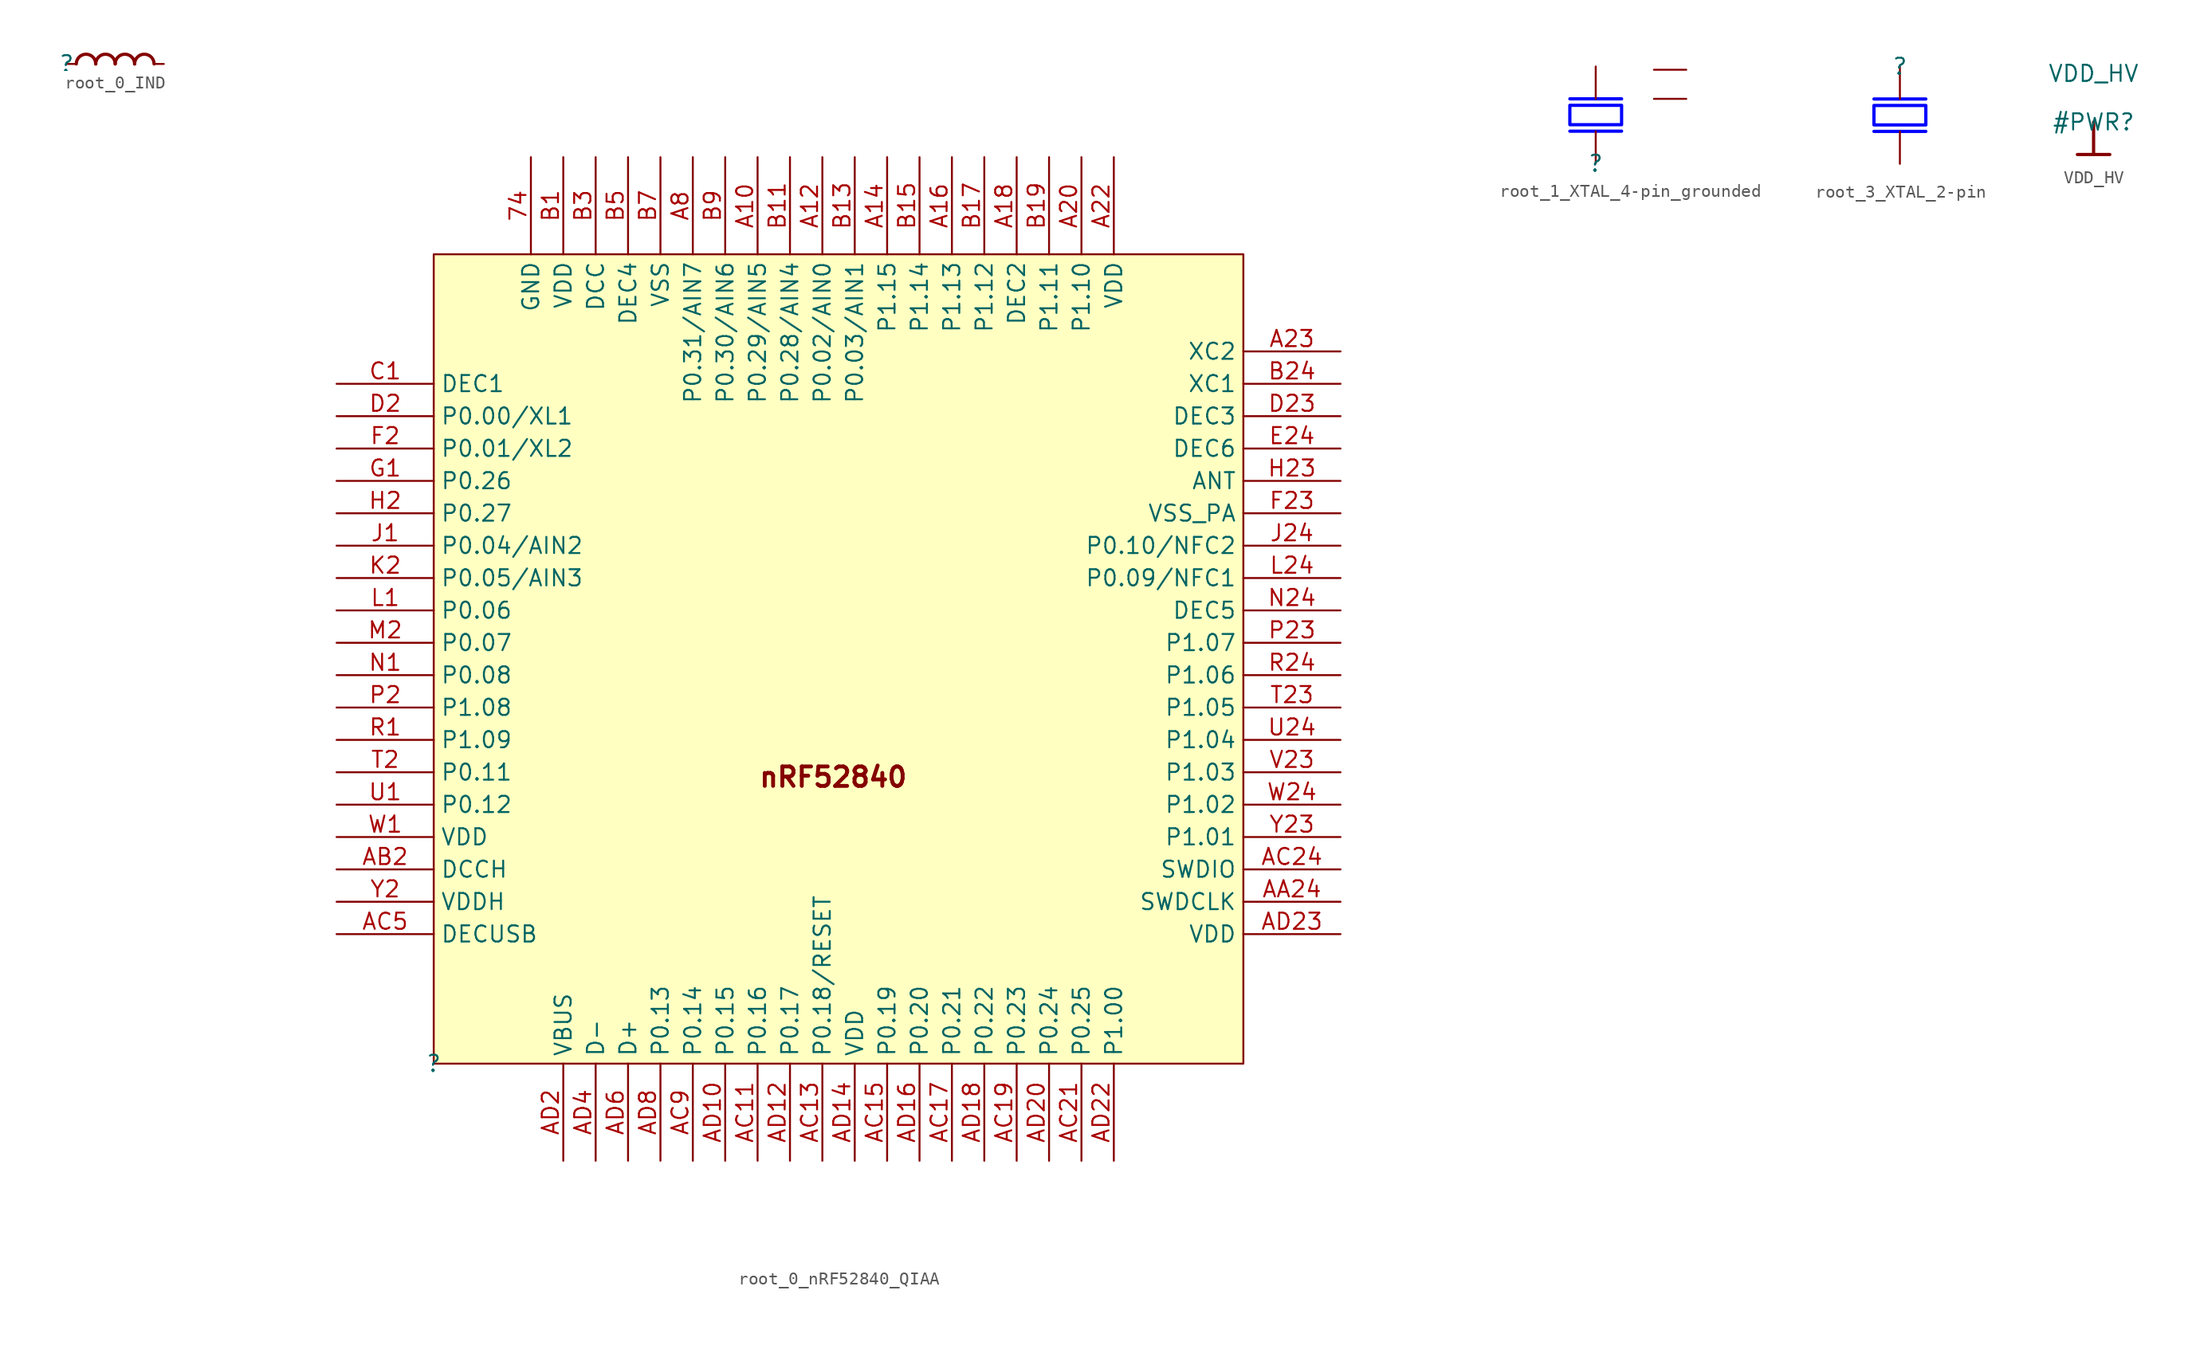
<source format=kicad_sym>
(kicad_symbol_lib
  (version 20220914)
  (generator kicad_symbol_editor)
  (symbol "root_0_IND"
    (property "Reference" ""
      (at 0 0 0)
      (effects (font (size 1.27 1.27))))
    (property "Value" ""
      (at 0 0 0)
      (effects (font (size 1.27 1.27))))
    (symbol "root_0_IND_1_0"
      (arc (start 2.286 0) (mid 1.524 0.762) (end 0.762 0) (stroke (width 0.254) (type solid)) (fill (type none)))
      (arc (start 3.81 0) (mid 3.048 0.762) (end 2.286 0) (stroke (width 0.254) (type solid)) (fill (type none)))
      (arc (start 5.334 0) (mid 4.572 0.762) (end 3.81 0) (stroke (width 0.254) (type solid)) (fill (type none)))
      (arc (start 6.858 0) (mid 6.096 0.762) (end 5.334 0) (stroke (width 0.254) (type solid)) (fill (type none)))
      (pin passive line (at 0 0 0) (length 0.762) (name "1" (effects (font (size 0 0)))) (number "1" (effects (font (size 0 0)))))
      (pin passive line (at 7.62 0 180) (length 0.762) (name "2" (effects (font (size 0 0)))) (number "2" (effects (font (size 0 0)))))))
  (symbol "root_0_nRF52840_QIAA"
    (property "Reference" ""
      (at 0 0 0)
      (effects (font (size 1.27 1.27))))
    (property "Value" ""
      (at 0 0 0)
      (effects (font (size 1.27 1.27))))
    (symbol "root_0_nRF52840_QIAA_1_0"
      (rectangle (start 63.5 63.5) (end 0 0) (stroke (width 0) (type solid)) (fill (type background)))
      (text "nRF52840" (at 25.4 21.59 0) (effects (font (size 1.524 1.524) bold) (justify left bottom)))
      (pin power_in line (at 7.62 71.12 270) (length 7.62) (name "GND" (effects (font (size 1.27 1.27)))) (number "74" (effects (font (size 1.27 1.27)))))
      (pin bidirectional line (at 25.4 71.12 270) (length 7.62) (name "P0.29/AIN5" (effects (font (size 1.27 1.27)))) (number "A10" (effects (font (size 1.27 1.27)))))
      (pin bidirectional line (at 30.48 71.12 270) (length 7.62) (name "P0.02/AIN0" (effects (font (size 1.27 1.27)))) (number "A12" (effects (font (size 1.27 1.27)))))
      (pin bidirectional line (at 35.56 71.12 270) (length 7.62) (name "P1.15" (effects (font (size 1.27 1.27)))) (number "A14" (effects (font (size 1.27 1.27)))))
      (pin bidirectional line (at 40.64 71.12 270) (length 7.62) (name "P1.13" (effects (font (size 1.27 1.27)))) (number "A16" (effects (font (size 1.27 1.27)))))
      (pin power_in line (at 45.72 71.12 270) (length 7.62) (name "DEC2" (effects (font (size 1.27 1.27)))) (number "A18" (effects (font (size 1.27 1.27)))))
      (pin bidirectional line (at 50.8 71.12 270) (length 7.62) (name "P1.10" (effects (font (size 1.27 1.27)))) (number "A20" (effects (font (size 1.27 1.27)))))
      (pin power_in line (at 53.34 71.12 270) (length 7.62) (name "VDD" (effects (font (size 1.27 1.27)))) (number "A22" (effects (font (size 1.27 1.27)))))
      (pin output line (at 71.12 55.88 180) (length 7.62) (name "XC2" (effects (font (size 1.27 1.27)))) (number "A23" (effects (font (size 1.27 1.27)))))
      (pin bidirectional line (at 20.32 71.12 270) (length 7.62) (name "P0.31/AIN7" (effects (font (size 1.27 1.27)))) (number "A8" (effects (font (size 1.27 1.27)))))
      (pin input line (at 71.12 12.7 180) (length 7.62) (name "SWDCLK" (effects (font (size 1.27 1.27)))) (number "AA24" (effects (font (size 1.27 1.27)))))
      (pin power_in line (at -7.62 15.24 0) (length 7.62) (name "DCCH" (effects (font (size 1.27 1.27)))) (number "AB2" (effects (font (size 1.27 1.27)))))
      (pin bidirectional line (at 25.4 -7.62 90) (length 7.62) (name "P0.16" (effects (font (size 1.27 1.27)))) (number "AC11" (effects (font (size 1.27 1.27)))))
      (pin bidirectional line (at 30.48 -7.62 90) (length 7.62) (name "P0.18/RESET" (effects (font (size 1.27 1.27)))) (number "AC13" (effects (font (size 1.27 1.27)))))
      (pin bidirectional line (at 35.56 -7.62 90) (length 7.62) (name "P0.19" (effects (font (size 1.27 1.27)))) (number "AC15" (effects (font (size 1.27 1.27)))))
      (pin bidirectional line (at 40.64 -7.62 90) (length 7.62) (name "P0.21" (effects (font (size 1.27 1.27)))) (number "AC17" (effects (font (size 1.27 1.27)))))
      (pin bidirectional line (at 45.72 -7.62 90) (length 7.62) (name "P0.23" (effects (font (size 1.27 1.27)))) (number "AC19" (effects (font (size 1.27 1.27)))))
      (pin bidirectional line (at 50.8 -7.62 90) (length 7.62) (name "P0.25" (effects (font (size 1.27 1.27)))) (number "AC21" (effects (font (size 1.27 1.27)))))
      (pin bidirectional line (at 71.12 15.24 180) (length 7.62) (name "SWDIO" (effects (font (size 1.27 1.27)))) (number "AC24" (effects (font (size 1.27 1.27)))))
      (pin power_in line (at -7.62 10.16 0) (length 7.62) (name "DECUSB" (effects (font (size 1.27 1.27)))) (number "AC5" (effects (font (size 1.27 1.27)))))
      (pin bidirectional line (at 20.32 -7.62 90) (length 7.62) (name "P0.14" (effects (font (size 1.27 1.27)))) (number "AC9" (effects (font (size 1.27 1.27)))))
      (pin bidirectional line (at 22.86 -7.62 90) (length 7.62) (name "P0.15" (effects (font (size 1.27 1.27)))) (number "AD10" (effects (font (size 1.27 1.27)))))
      (pin bidirectional line (at 27.94 -7.62 90) (length 7.62) (name "P0.17" (effects (font (size 1.27 1.27)))) (number "AD12" (effects (font (size 1.27 1.27)))))
      (pin power_in line (at 33.02 -7.62 90) (length 7.62) (name "VDD" (effects (font (size 1.27 1.27)))) (number "AD14" (effects (font (size 1.27 1.27)))))
      (pin bidirectional line (at 38.1 -7.62 90) (length 7.62) (name "P0.20" (effects (font (size 1.27 1.27)))) (number "AD16" (effects (font (size 1.27 1.27)))))
      (pin bidirectional line (at 43.18 -7.62 90) (length 7.62) (name "P0.22" (effects (font (size 1.27 1.27)))) (number "AD18" (effects (font (size 1.27 1.27)))))
      (pin power_in line (at 10.16 -7.62 90) (length 7.62) (name "VBUS" (effects (font (size 1.27 1.27)))) (number "AD2" (effects (font (size 1.27 1.27)))))
      (pin bidirectional line (at 48.26 -7.62 90) (length 7.62) (name "P0.24" (effects (font (size 1.27 1.27)))) (number "AD20" (effects (font (size 1.27 1.27)))))
      (pin bidirectional line (at 53.34 -7.62 90) (length 7.62) (name "P1.00" (effects (font (size 1.27 1.27)))) (number "AD22" (effects (font (size 1.27 1.27)))))
      (pin power_in line (at 71.12 10.16 180) (length 7.62) (name "VDD" (effects (font (size 1.27 1.27)))) (number "AD23" (effects (font (size 1.27 1.27)))))
      (pin bidirectional line (at 12.7 -7.62 90) (length 7.62) (name "D-" (effects (font (size 1.27 1.27)))) (number "AD4" (effects (font (size 1.27 1.27)))))
      (pin bidirectional line (at 15.24 -7.62 90) (length 7.62) (name "D+" (effects (font (size 1.27 1.27)))) (number "AD6" (effects (font (size 1.27 1.27)))))
      (pin bidirectional line (at 17.78 -7.62 90) (length 7.62) (name "P0.13" (effects (font (size 1.27 1.27)))) (number "AD8" (effects (font (size 1.27 1.27)))))
      (pin power_in line (at 10.16 71.12 270) (length 7.62) (name "VDD" (effects (font (size 1.27 1.27)))) (number "B1" (effects (font (size 1.27 1.27)))))
      (pin bidirectional line (at 27.94 71.12 270) (length 7.62) (name "P0.28/AIN4" (effects (font (size 1.27 1.27)))) (number "B11" (effects (font (size 1.27 1.27)))))
      (pin bidirectional line (at 33.02 71.12 270) (length 7.62) (name "P0.03/AIN1" (effects (font (size 1.27 1.27)))) (number "B13" (effects (font (size 1.27 1.27)))))
      (pin bidirectional line (at 38.1 71.12 270) (length 7.62) (name "P1.14" (effects (font (size 1.27 1.27)))) (number "B15" (effects (font (size 1.27 1.27)))))
      (pin bidirectional line (at 43.18 71.12 270) (length 7.62) (name "P1.12" (effects (font (size 1.27 1.27)))) (number "B17" (effects (font (size 1.27 1.27)))))
      (pin bidirectional line (at 48.26 71.12 270) (length 7.62) (name "P1.11" (effects (font (size 1.27 1.27)))) (number "B19" (effects (font (size 1.27 1.27)))))
      (pin input line (at 71.12 53.34 180) (length 7.62) (name "XC1" (effects (font (size 1.27 1.27)))) (number "B24" (effects (font (size 1.27 1.27)))))
      (pin output line (at 12.7 71.12 270) (length 7.62) (name "DCC" (effects (font (size 1.27 1.27)))) (number "B3" (effects (font (size 1.27 1.27)))))
      (pin power_in line (at 15.24 71.12 270) (length 7.62) (name "DEC4" (effects (font (size 1.27 1.27)))) (number "B5" (effects (font (size 1.27 1.27)))))
      (pin power_in line (at 17.78 71.12 270) (length 7.62) (name "VSS" (effects (font (size 1.27 1.27)))) (number "B7" (effects (font (size 1.27 1.27)))))
      (pin bidirectional line (at 22.86 71.12 270) (length 7.62) (name "P0.30/AIN6" (effects (font (size 1.27 1.27)))) (number "B9" (effects (font (size 1.27 1.27)))))
      (pin power_in line (at -7.62 53.34 0) (length 7.62) (name "DEC1" (effects (font (size 1.27 1.27)))) (number "C1" (effects (font (size 1.27 1.27)))))
      (pin bidirectional line (at -7.62 50.8 0) (length 7.62) (name "P0.00/XL1" (effects (font (size 1.27 1.27)))) (number "D2" (effects (font (size 1.27 1.27)))))
      (pin power_in line (at 71.12 50.8 180) (length 7.62) (name "DEC3" (effects (font (size 1.27 1.27)))) (number "D23" (effects (font (size 1.27 1.27)))))
      (pin power_in line (at 71.12 48.26 180) (length 7.62) (name "DEC6" (effects (font (size 1.27 1.27)))) (number "E24" (effects (font (size 1.27 1.27)))))
      (pin bidirectional line (at -7.62 48.26 0) (length 7.62) (name "P0.01/XL2" (effects (font (size 1.27 1.27)))) (number "F2" (effects (font (size 1.27 1.27)))))
      (pin power_in line (at 71.12 43.18 180) (length 7.62) (name "VSS_PA" (effects (font (size 1.27 1.27)))) (number "F23" (effects (font (size 1.27 1.27)))))
      (pin bidirectional line (at -7.62 45.72 0) (length 7.62) (name "P0.26" (effects (font (size 1.27 1.27)))) (number "G1" (effects (font (size 1.27 1.27)))))
      (pin bidirectional line (at -7.62 43.18 0) (length 7.62) (name "P0.27" (effects (font (size 1.27 1.27)))) (number "H2" (effects (font (size 1.27 1.27)))))
      (pin bidirectional line (at 71.12 45.72 180) (length 7.62) (name "ANT" (effects (font (size 1.27 1.27)))) (number "H23" (effects (font (size 1.27 1.27)))))
      (pin bidirectional line (at -7.62 40.64 0) (length 7.62) (name "P0.04/AIN2" (effects (font (size 1.27 1.27)))) (number "J1" (effects (font (size 1.27 1.27)))))
      (pin bidirectional line (at 71.12 40.64 180) (length 7.62) (name "P0.10/NFC2" (effects (font (size 1.27 1.27)))) (number "J24" (effects (font (size 1.27 1.27)))))
      (pin bidirectional line (at -7.62 38.1 0) (length 7.62) (name "P0.05/AIN3" (effects (font (size 1.27 1.27)))) (number "K2" (effects (font (size 1.27 1.27)))))
      (pin bidirectional line (at -7.62 35.56 0) (length 7.62) (name "P0.06" (effects (font (size 1.27 1.27)))) (number "L1" (effects (font (size 1.27 1.27)))))
      (pin bidirectional line (at 71.12 38.1 180) (length 7.62) (name "P0.09/NFC1" (effects (font (size 1.27 1.27)))) (number "L24" (effects (font (size 1.27 1.27)))))
      (pin bidirectional line (at -7.62 33.02 0) (length 7.62) (name "P0.07" (effects (font (size 1.27 1.27)))) (number "M2" (effects (font (size 1.27 1.27)))))
      (pin bidirectional line (at -7.62 30.48 0) (length 7.62) (name "P0.08" (effects (font (size 1.27 1.27)))) (number "N1" (effects (font (size 1.27 1.27)))))
      (pin power_in line (at 71.12 35.56 180) (length 7.62) (name "DEC5" (effects (font (size 1.27 1.27)))) (number "N24" (effects (font (size 1.27 1.27)))))
      (pin bidirectional line (at -7.62 27.94 0) (length 7.62) (name "P1.08" (effects (font (size 1.27 1.27)))) (number "P2" (effects (font (size 1.27 1.27)))))
      (pin bidirectional line (at 71.12 33.02 180) (length 7.62) (name "P1.07" (effects (font (size 1.27 1.27)))) (number "P23" (effects (font (size 1.27 1.27)))))
      (pin bidirectional line (at -7.62 25.4 0) (length 7.62) (name "P1.09" (effects (font (size 1.27 1.27)))) (number "R1" (effects (font (size 1.27 1.27)))))
      (pin bidirectional line (at 71.12 30.48 180) (length 7.62) (name "P1.06" (effects (font (size 1.27 1.27)))) (number "R24" (effects (font (size 1.27 1.27)))))
      (pin bidirectional line (at -7.62 22.86 0) (length 7.62) (name "P0.11" (effects (font (size 1.27 1.27)))) (number "T2" (effects (font (size 1.27 1.27)))))
      (pin bidirectional line (at 71.12 27.94 180) (length 7.62) (name "P1.05" (effects (font (size 1.27 1.27)))) (number "T23" (effects (font (size 1.27 1.27)))))
      (pin bidirectional line (at -7.62 20.32 0) (length 7.62) (name "P0.12" (effects (font (size 1.27 1.27)))) (number "U1" (effects (font (size 1.27 1.27)))))
      (pin bidirectional line (at 71.12 25.4 180) (length 7.62) (name "P1.04" (effects (font (size 1.27 1.27)))) (number "U24" (effects (font (size 1.27 1.27)))))
      (pin bidirectional line (at 71.12 22.86 180) (length 7.62) (name "P1.03" (effects (font (size 1.27 1.27)))) (number "V23" (effects (font (size 1.27 1.27)))))
      (pin power_in line (at -7.62 17.78 0) (length 7.62) (name "VDD" (effects (font (size 1.27 1.27)))) (number "W1" (effects (font (size 1.27 1.27)))))
      (pin bidirectional line (at 71.12 20.32 180) (length 7.62) (name "P1.02" (effects (font (size 1.27 1.27)))) (number "W24" (effects (font (size 1.27 1.27)))))
      (pin power_in line (at -7.62 12.7 0) (length 7.62) (name "VDDH" (effects (font (size 1.27 1.27)))) (number "Y2" (effects (font (size 1.27 1.27)))))
      (pin bidirectional line (at 71.12 17.78 180) (length 7.62) (name "P1.01" (effects (font (size 1.27 1.27)))) (number "Y23" (effects (font (size 1.27 1.27)))))))
  (symbol "root_1_XTAL_4-pin_grounded"
    (property "Reference" ""
      (at 0 0 0)
      (effects (font (size 1.27 1.27))))
    (property "Value" ""
      (at 0 0 0)
      (effects (font (size 1.27 1.27))))
    (symbol "root_1_XTAL_4-pin_grounded_1_0"
      (polyline (pts (xy -2.032 2.54) (xy 2.032 2.54)) (stroke (width 0.254) (type solid) (color 0 0 255 1)) (fill (type none)))
      (polyline (pts (xy -2.032 5.08) (xy 2.032 5.08)) (stroke (width 0.254) (type solid) (color 0 0 255 1)) (fill (type none)))
      (polyline (pts (xy 2.032 4.572) (xy -2.032 4.572) (xy -2.032 3.048) (xy 2.032 3.048) (xy 2.032 4.572)) (stroke (width 0.254) (type solid) (color 0 0 255 1)) (fill (type none)))
      (pin passive line (at 0 0 90) (length 2.54) (name "inp" (effects (font (size 0 0)))) (number "1" (effects (font (size 0 0)))))
      (pin passive line (at 7.112 5.08 180) (length 2.54) (name "GND" (effects (font (size 0 0)))) (number "2" (effects (font (size 0 0)))))
      (pin passive line (at 0 7.62 270) (length 2.54) (name "out" (effects (font (size 0 0)))) (number "3" (effects (font (size 0 0)))))
      (pin passive line (at 7.112 7.366 180) (length 2.54) (name "GND" (effects (font (size 0 0)))) (number "4" (effects (font (size 0 0)))))))
  (symbol "root_3_XTAL_2-pin"
    (property "Reference" ""
      (at 0 0 0)
      (effects (font (size 1.27 1.27))))
    (property "Value" ""
      (at 0 0 0)
      (effects (font (size 1.27 1.27))))
    (symbol "root_3_XTAL_2-pin_1_0"
      (polyline (pts (xy 2.032 -5.08) (xy -2.032 -5.08)) (stroke (width 0.254) (type solid) (color 0 0 255 1)) (fill (type none)))
      (polyline (pts (xy 2.032 -2.54) (xy -2.032 -2.54)) (stroke (width 0.254) (type solid) (color 0 0 255 1)) (fill (type none)))
      (polyline (pts (xy -2.032 -4.572) (xy 2.032 -4.572) (xy 2.032 -3.048) (xy -2.032 -3.048) (xy -2.032 -4.572)) (stroke (width 0.254) (type solid) (color 0 0 255 1)) (fill (type none)))
      (pin passive line (at 0 0 270) (length 2.54) (name "inp" (effects (font (size 0 0)))) (number "1" (effects (font (size 0 0)))))
      (pin passive line (at 0 -7.62 90) (length 2.54) (name "out" (effects (font (size 0 0)))) (number "2" (effects (font (size 0 0)))))))
  (symbol "VDD_HV"
    (power)
    (property "Reference" "#PWR"
      (at 0 0 0)
      (effects (font (size 1.27 1.27))))
    (property "Value" "VDD_HV"
      (at 0 3.81 0)
      (effects (font (size 1.27 1.27))))
    (symbol "VDD_HV_0_0"
      (polyline (pts (xy -1.27 -2.54) (xy 1.27 -2.54)) (stroke (width 0.254) (type solid)) (fill (type none)))
      (polyline (pts (xy 0 0) (xy 0 -2.54)) (stroke (width 0.254) (type solid)) (fill (type none)))
      (pin power_in line (at 0 0 0) (length 0) hide (name "VDD_HV" (effects (font (size 1.27 1.27)))) (number "" (effects (font (size 1.27 1.27))))))))
</source>
